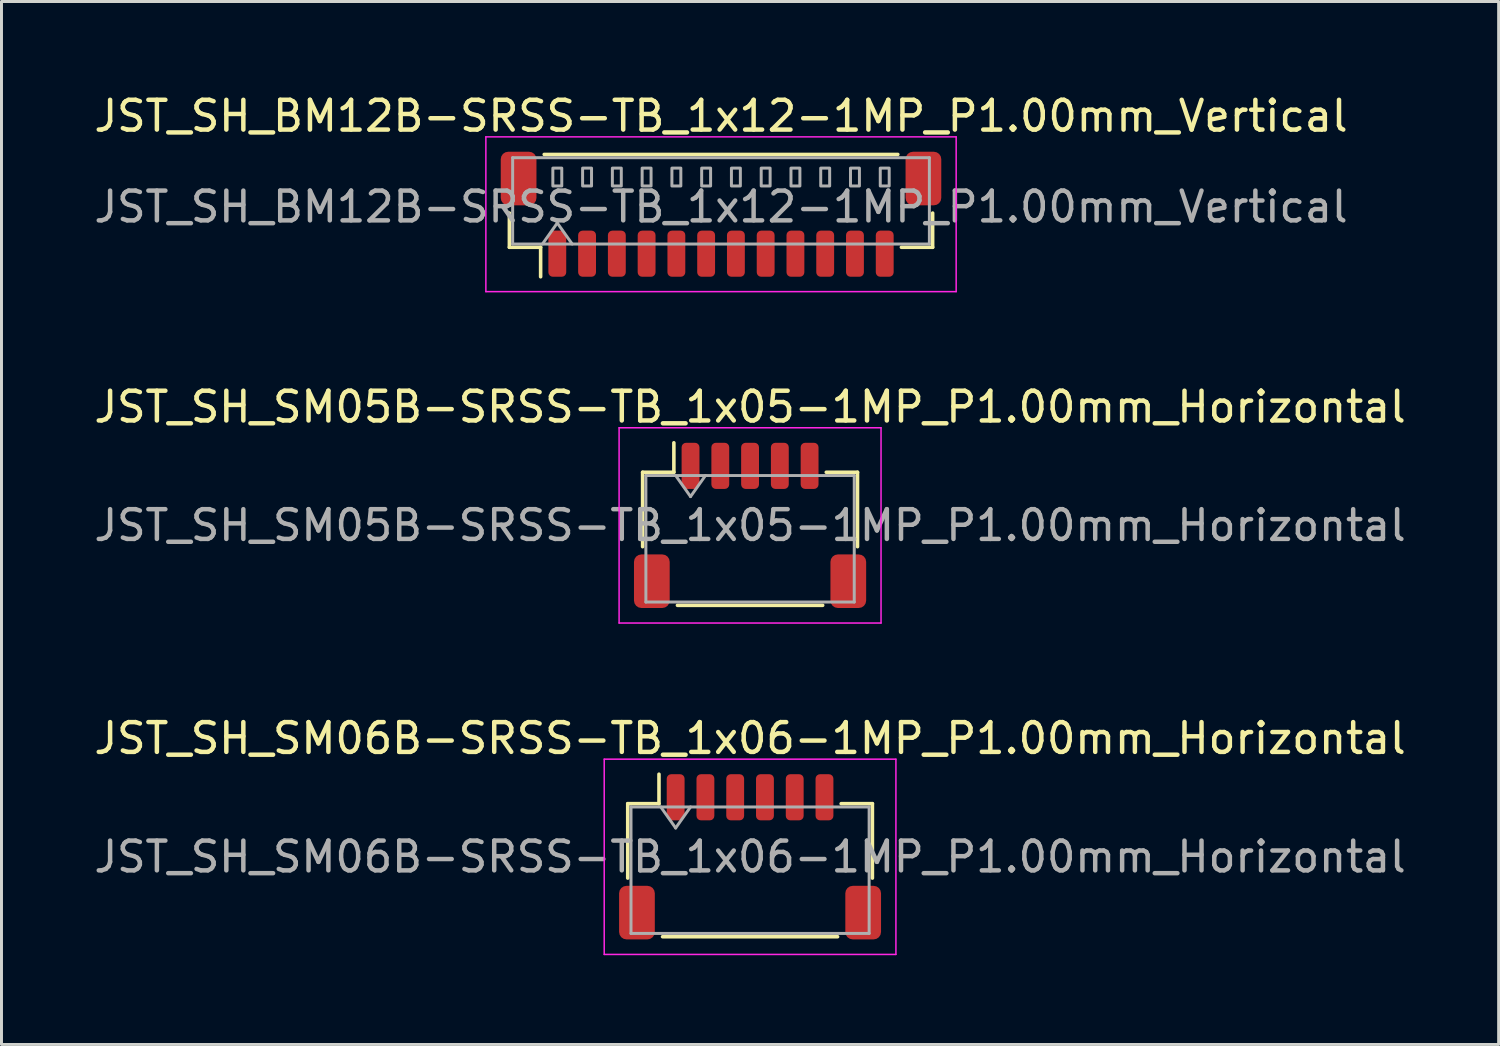
<source format=kicad_pcb>
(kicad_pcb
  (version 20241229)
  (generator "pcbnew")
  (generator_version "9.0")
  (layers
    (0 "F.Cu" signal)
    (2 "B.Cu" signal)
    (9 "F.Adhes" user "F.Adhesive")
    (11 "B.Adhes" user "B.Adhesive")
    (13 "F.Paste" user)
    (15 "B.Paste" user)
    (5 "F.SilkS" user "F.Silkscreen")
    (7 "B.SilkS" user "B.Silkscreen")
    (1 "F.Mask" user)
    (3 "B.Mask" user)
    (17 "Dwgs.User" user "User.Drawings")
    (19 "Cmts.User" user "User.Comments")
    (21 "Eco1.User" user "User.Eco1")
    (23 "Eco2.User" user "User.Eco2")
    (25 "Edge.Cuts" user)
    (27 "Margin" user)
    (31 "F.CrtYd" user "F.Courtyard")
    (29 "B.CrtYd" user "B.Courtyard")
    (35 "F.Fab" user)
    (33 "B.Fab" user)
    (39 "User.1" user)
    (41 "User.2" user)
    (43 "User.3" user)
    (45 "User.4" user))
  (footprint "JST_SH_BM12B-SRSS-TB_1x12-1MP_P1.00mm_Vertical"
    (layer "F.Cu")
    (at 21.173 4.148)
    (property "Reference" "JST_SH_BM12B-SRSS-TB_1x12-1MP_P1.00mm_Vertical" (at 0 -3.3 0) (layer "F.SilkS") (effects (font (size 1 1) (thickness 0.15))))
    (attr smd)
    (fp_line (start -7.11 -0.04) (end -7.11 1.11) (stroke (width 0.12) (type solid)) (layer "F.SilkS"))
    (fp_line (start -7.11 1.11) (end -6.06 1.11) (stroke (width 0.12) (type solid)) (layer "F.SilkS"))
    (fp_line (start -6.06 1.11) (end -6.06 2.1) (stroke (width 0.12) (type solid)) (layer "F.SilkS"))
    (fp_line (start -5.94 -2.01) (end 5.94 -2.01) (stroke (width 0.12) (type solid)) (layer "F.SilkS"))
    (fp_line (start 7.11 -0.04) (end 7.11 1.11) (stroke (width 0.12) (type solid)) (layer "F.SilkS"))
    (fp_line (start 7.11 1.11) (end 6.06 1.11) (stroke (width 0.12) (type solid)) (layer "F.SilkS"))
    (fp_line (start -7.9 -2.6) (end -7.9 2.6) (stroke (width 0.05) (type solid)) (layer "F.CrtYd"))
    (fp_line (start -7.9 2.6) (end 7.9 2.6) (stroke (width 0.05) (type solid)) (layer "F.CrtYd"))
    (fp_line (start 7.9 -2.6) (end -7.9 -2.6) (stroke (width 0.05) (type solid)) (layer "F.CrtYd"))
    (fp_line (start 7.9 2.6) (end 7.9 -2.6) (stroke (width 0.05) (type solid)) (layer "F.CrtYd"))
    (fp_line (start -7 -1.9) (end 7 -1.9) (stroke (width 0.1) (type solid)) (layer "F.Fab"))
    (fp_line (start -7 1) (end -7 -1.9) (stroke (width 0.1) (type solid)) (layer "F.Fab"))
    (fp_line (start -7 1) (end 7 1) (stroke (width 0.1) (type solid)) (layer "F.Fab"))
    (fp_line (start -6 1) (end -5.5 0.293) (stroke (width 0.1) (type solid)) (layer "F.Fab"))
    (fp_line (start -5.5 0.293) (end -5 1) (stroke (width 0.1) (type solid)) (layer "F.Fab"))
    (fp_line (start 7 1) (end 7 -1.9) (stroke (width 0.1) (type solid)) (layer "F.Fab"))
    (fp_rect (start -5.65 -1.55) (end -5.35 -0.95) (stroke (width 0.1) (type solid)) (fill no) (layer "F.Fab"))
    (fp_rect (start -4.65 -1.55) (end -4.35 -0.95) (stroke (width 0.1) (type solid)) (fill no) (layer "F.Fab"))
    (fp_rect (start -3.65 -1.55) (end -3.35 -0.95) (stroke (width 0.1) (type solid)) (fill no) (layer "F.Fab"))
    (fp_rect (start -2.65 -1.55) (end -2.35 -0.95) (stroke (width 0.1) (type solid)) (fill no) (layer "F.Fab"))
    (fp_rect (start -1.65 -1.55) (end -1.35 -0.95) (stroke (width 0.1) (type solid)) (fill no) (layer "F.Fab"))
    (fp_rect (start -0.65 -1.55) (end -0.35 -0.95) (stroke (width 0.1) (type solid)) (fill no) (layer "F.Fab"))
    (fp_rect (start 0.35 -1.55) (end 0.65 -0.95) (stroke (width 0.1) (type solid)) (fill no) (layer "F.Fab"))
    (fp_rect (start 1.35 -1.55) (end 1.65 -0.95) (stroke (width 0.1) (type solid)) (fill no) (layer "F.Fab"))
    (fp_rect (start 2.35 -1.55) (end 2.65 -0.95) (stroke (width 0.1) (type solid)) (fill no) (layer "F.Fab"))
    (fp_rect (start 3.35 -1.55) (end 3.65 -0.95) (stroke (width 0.1) (type solid)) (fill no) (layer "F.Fab"))
    (fp_rect (start 4.35 -1.55) (end 4.65 -0.95) (stroke (width 0.1) (type solid)) (fill no) (layer "F.Fab"))
    (fp_rect (start 5.35 -1.55) (end 5.65 -0.95) (stroke (width 0.1) (type solid)) (fill no) (layer "F.Fab"))
    (fp_text user "${REFERENCE}" (at 0 -0.25 0) (layer "F.Fab") (effects (font (size 1 1) (thickness 0.15))))
    (pad "1" smd roundrect (at -5.5 1.325) (size 0.6 1.55) (layers "F.Cu" "F.Mask" "F.Paste") (roundrect_rratio 0.25))
    (pad "2" smd roundrect (at -4.5 1.325) (size 0.6 1.55) (layers "F.Cu" "F.Mask" "F.Paste") (roundrect_rratio 0.25))
    (pad "3" smd roundrect (at -3.5 1.325) (size 0.6 1.55) (layers "F.Cu" "F.Mask" "F.Paste") (roundrect_rratio 0.25))
    (pad "4" smd roundrect (at -2.5 1.325) (size 0.6 1.55) (layers "F.Cu" "F.Mask" "F.Paste") (roundrect_rratio 0.25))
    (pad "5" smd roundrect (at -1.5 1.325) (size 0.6 1.55) (layers "F.Cu" "F.Mask" "F.Paste") (roundrect_rratio 0.25))
    (pad "6" smd roundrect (at -0.5 1.325) (size 0.6 1.55) (layers "F.Cu" "F.Mask" "F.Paste") (roundrect_rratio 0.25))
    (pad "7" smd roundrect (at 0.5 1.325) (size 0.6 1.55) (layers "F.Cu" "F.Mask" "F.Paste") (roundrect_rratio 0.25))
    (pad "8" smd roundrect (at 1.5 1.325) (size 0.6 1.55) (layers "F.Cu" "F.Mask" "F.Paste") (roundrect_rratio 0.25))
    (pad "9" smd roundrect (at 2.5 1.325) (size 0.6 1.55) (layers "F.Cu" "F.Mask" "F.Paste") (roundrect_rratio 0.25))
    (pad "10" smd roundrect (at 3.5 1.325) (size 0.6 1.55) (layers "F.Cu" "F.Mask" "F.Paste") (roundrect_rratio 0.25))
    (pad "11" smd roundrect (at 4.5 1.325) (size 0.6 1.55) (layers "F.Cu" "F.Mask" "F.Paste") (roundrect_rratio 0.25))
    (pad "12" smd roundrect (at 5.5 1.325) (size 0.6 1.55) (layers "F.Cu" "F.Mask" "F.Paste") (roundrect_rratio 0.25))
    (pad "MP" smd roundrect (at -6.8 -1.2) (size 1.2 1.8) (layers "F.Cu" "F.Mask" "F.Paste") (roundrect_rratio 0.208))
    (pad "MP" smd roundrect (at 6.8 -1.2) (size 1.2 1.8) (layers "F.Cu" "F.Mask" "F.Paste") (roundrect_rratio 0.208)))
  (footprint "JST_SH_SM05B-SRSS-TB_1x05-1MP_P1.00mm_Horizontal"
    (layer "F.Cu")
    (at 22.149 14.601)
    (property "Reference" "JST_SH_SM05B-SRSS-TB_1x05-1MP_P1.00mm_Horizontal" (at 0 -3.98 0) (layer "F.SilkS") (effects (font (size 1 1) (thickness 0.15))))
    (attr smd)
    (fp_line (start -3.61 -1.785) (end -2.56 -1.785) (stroke (width 0.12) (type solid)) (layer "F.SilkS"))
    (fp_line (start -3.61 0.715) (end -3.61 -1.785) (stroke (width 0.12) (type solid)) (layer "F.SilkS"))
    (fp_line (start -2.56 -1.785) (end -2.56 -2.775) (stroke (width 0.12) (type solid)) (layer "F.SilkS"))
    (fp_line (start -2.44 2.685) (end 2.44 2.685) (stroke (width 0.12) (type solid)) (layer "F.SilkS"))
    (fp_line (start 3.61 -1.785) (end 2.56 -1.785) (stroke (width 0.12) (type solid)) (layer "F.SilkS"))
    (fp_line (start 3.61 0.715) (end 3.61 -1.785) (stroke (width 0.12) (type solid)) (layer "F.SilkS"))
    (fp_line (start -4.4 -3.28) (end -4.4 3.28) (stroke (width 0.05) (type solid)) (layer "F.CrtYd"))
    (fp_line (start -4.4 3.28) (end 4.4 3.28) (stroke (width 0.05) (type solid)) (layer "F.CrtYd"))
    (fp_line (start 4.4 -3.28) (end -4.4 -3.28) (stroke (width 0.05) (type solid)) (layer "F.CrtYd"))
    (fp_line (start 4.4 3.28) (end 4.4 -3.28) (stroke (width 0.05) (type solid)) (layer "F.CrtYd"))
    (fp_line (start -3.5 -1.675) (end -3.5 2.575) (stroke (width 0.1) (type solid)) (layer "F.Fab"))
    (fp_line (start -3.5 -1.675) (end 3.5 -1.675) (stroke (width 0.1) (type solid)) (layer "F.Fab"))
    (fp_line (start -3.5 2.575) (end 3.5 2.575) (stroke (width 0.1) (type solid)) (layer "F.Fab"))
    (fp_line (start -2.5 -1.675) (end -2 -0.968) (stroke (width 0.1) (type solid)) (layer "F.Fab"))
    (fp_line (start -2 -0.968) (end -1.5 -1.675) (stroke (width 0.1) (type solid)) (layer "F.Fab"))
    (fp_line (start 3.5 -1.675) (end 3.5 2.575) (stroke (width 0.1) (type solid)) (layer "F.Fab"))
    (fp_text user "${REFERENCE}" (at 0 0 0) (layer "F.Fab") (effects (font (size 1 1) (thickness 0.15))))
    (pad "1" smd roundrect (at -2 -2) (size 0.6 1.55) (layers "F.Cu" "F.Mask" "F.Paste") (roundrect_rratio 0.25))
    (pad "2" smd roundrect (at -1 -2) (size 0.6 1.55) (layers "F.Cu" "F.Mask" "F.Paste") (roundrect_rratio 0.25))
    (pad "3" smd roundrect (at 0 -2) (size 0.6 1.55) (layers "F.Cu" "F.Mask" "F.Paste") (roundrect_rratio 0.25))
    (pad "4" smd roundrect (at 1 -2) (size 0.6 1.55) (layers "F.Cu" "F.Mask" "F.Paste") (roundrect_rratio 0.25))
    (pad "5" smd roundrect (at 2 -2) (size 0.6 1.55) (layers "F.Cu" "F.Mask" "F.Paste") (roundrect_rratio 0.25))
    (pad "MP" smd roundrect (at -3.3 1.875) (size 1.2 1.8) (layers "F.Cu" "F.Mask" "F.Paste") (roundrect_rratio 0.208))
    (pad "MP" smd roundrect (at 3.3 1.875) (size 1.2 1.8) (layers "F.Cu" "F.Mask" "F.Paste") (roundrect_rratio 0.208)))
  (footprint "JST_SH_SM06B-SRSS-TB_1x06-1MP_P1.00mm_Horizontal"
    (layer "F.Cu")
    (at 22.149 25.735)
    (property "Reference" "JST_SH_SM06B-SRSS-TB_1x06-1MP_P1.00mm_Horizontal" (at 0 -3.98 0) (layer "F.SilkS") (effects (font (size 1 1) (thickness 0.15))))
    (attr smd)
    (fp_line (start -4.11 -1.785) (end -3.06 -1.785) (stroke (width 0.12) (type solid)) (layer "F.SilkS"))
    (fp_line (start -4.11 0.715) (end -4.11 -1.785) (stroke (width 0.12) (type solid)) (layer "F.SilkS"))
    (fp_line (start -3.06 -1.785) (end -3.06 -2.775) (stroke (width 0.12) (type solid)) (layer "F.SilkS"))
    (fp_line (start -2.94 2.685) (end 2.94 2.685) (stroke (width 0.12) (type solid)) (layer "F.SilkS"))
    (fp_line (start 4.11 -1.785) (end 3.06 -1.785) (stroke (width 0.12) (type solid)) (layer "F.SilkS"))
    (fp_line (start 4.11 0.715) (end 4.11 -1.785) (stroke (width 0.12) (type solid)) (layer "F.SilkS"))
    (fp_line (start -4.9 -3.28) (end -4.9 3.28) (stroke (width 0.05) (type solid)) (layer "F.CrtYd"))
    (fp_line (start -4.9 3.28) (end 4.9 3.28) (stroke (width 0.05) (type solid)) (layer "F.CrtYd"))
    (fp_line (start 4.9 -3.28) (end -4.9 -3.28) (stroke (width 0.05) (type solid)) (layer "F.CrtYd"))
    (fp_line (start 4.9 3.28) (end 4.9 -3.28) (stroke (width 0.05) (type solid)) (layer "F.CrtYd"))
    (fp_line (start -4 -1.675) (end -4 2.575) (stroke (width 0.1) (type solid)) (layer "F.Fab"))
    (fp_line (start -4 -1.675) (end 4 -1.675) (stroke (width 0.1) (type solid)) (layer "F.Fab"))
    (fp_line (start -4 2.575) (end 4 2.575) (stroke (width 0.1) (type solid)) (layer "F.Fab"))
    (fp_line (start -3 -1.675) (end -2.5 -0.968) (stroke (width 0.1) (type solid)) (layer "F.Fab"))
    (fp_line (start -2.5 -0.968) (end -2 -1.675) (stroke (width 0.1) (type solid)) (layer "F.Fab"))
    (fp_line (start 4 -1.675) (end 4 2.575) (stroke (width 0.1) (type solid)) (layer "F.Fab"))
    (fp_text user "${REFERENCE}" (at 0 0 0) (layer "F.Fab") (effects (font (size 1 1) (thickness 0.15))))
    (pad "1" smd roundrect (at -2.5 -2) (size 0.6 1.55) (layers "F.Cu" "F.Mask" "F.Paste") (roundrect_rratio 0.25))
    (pad "2" smd roundrect (at -1.5 -2) (size 0.6 1.55) (layers "F.Cu" "F.Mask" "F.Paste") (roundrect_rratio 0.25))
    (pad "3" smd roundrect (at -0.5 -2) (size 0.6 1.55) (layers "F.Cu" "F.Mask" "F.Paste") (roundrect_rratio 0.25))
    (pad "4" smd roundrect (at 0.5 -2) (size 0.6 1.55) (layers "F.Cu" "F.Mask" "F.Paste") (roundrect_rratio 0.25))
    (pad "5" smd roundrect (at 1.5 -2) (size 0.6 1.55) (layers "F.Cu" "F.Mask" "F.Paste") (roundrect_rratio 0.25))
    (pad "6" smd roundrect (at 2.5 -2) (size 0.6 1.55) (layers "F.Cu" "F.Mask" "F.Paste") (roundrect_rratio 0.25))
    (pad "MP" smd roundrect (at -3.8 1.875) (size 1.2 1.8) (layers "F.Cu" "F.Mask" "F.Paste") (roundrect_rratio 0.208))
    (pad "MP" smd roundrect (at 3.8 1.875) (size 1.2 1.8) (layers "F.Cu" "F.Mask" "F.Paste") (roundrect_rratio 0.208)))
  (gr_rect
    (start -3 -3)
    (end 47.298 32.04)
    (stroke (width 0.1) (type default))
    (fill no)
    (layer "Edge.Cuts")))
</source>
